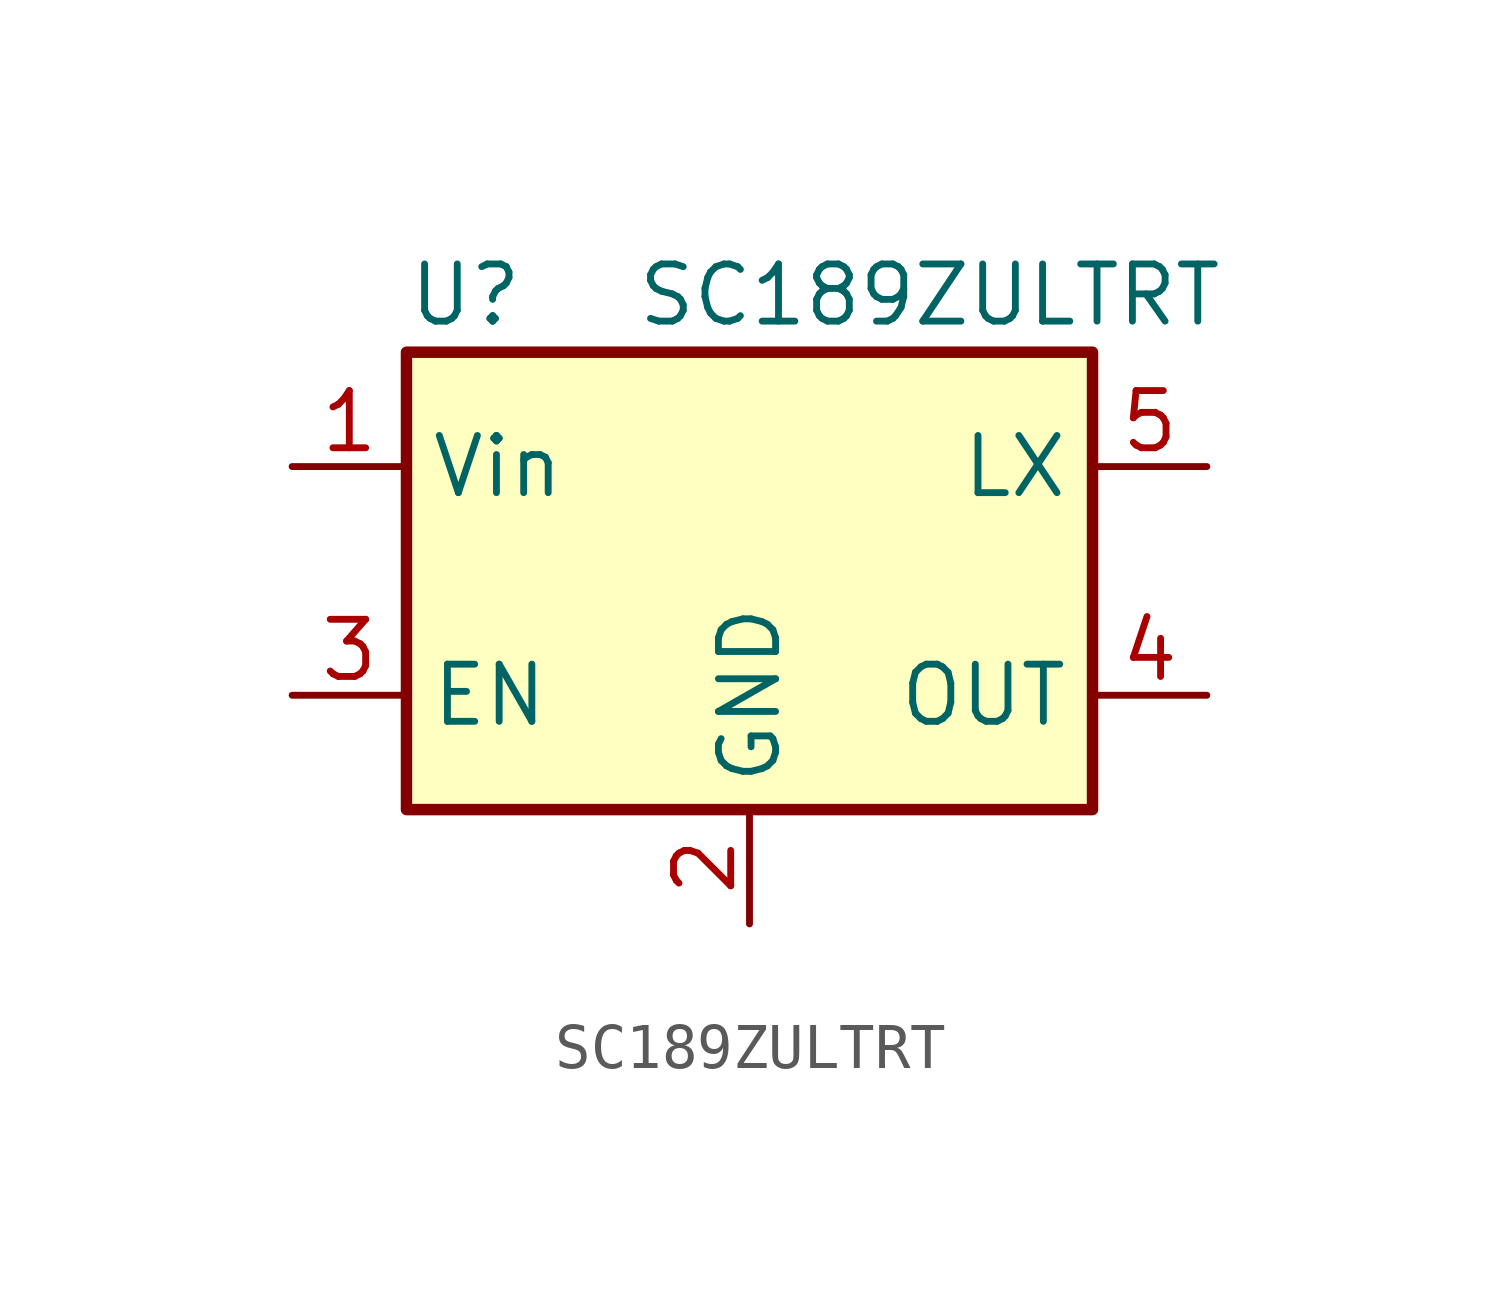
<source format=kicad_sym>
(kicad_symbol_lib
  (version 20231120)
  (generator "kicad_symbol_editor")
  (generator_version "8.0")
  (symbol "SC189ZULTRT"
    (property "Reference" "U"
      (at -7.62 6.35 0)
      (effects (font (size 1.27 1.27)) (justify left)))
    (property "Value" "SC189ZULTRT"
      (at -2.54 6.35 0)
      (effects (font (size 1.27 1.27)) (justify left)))
    (symbol "SC189ZULTRT_0_1"
      (rectangle (start -7.62 5.08) (end 7.62 -5.08) (stroke (width 0.254) (type default)) (fill (type background))))
    (symbol "SC189ZULTRT_1_1"
      (pin power_in line (at -10.16 2.54 0) (length 2.54) (name "Vin" (effects (font (size 1.27 1.27)))) (number "1" (effects (font (size 1.27 1.27)))))
      (pin power_in line (at 0 -7.62 90) (length 2.54) (name "GND" (effects (font (size 1.27 1.27)))) (number "2" (effects (font (size 1.27 1.27)))))
      (pin input line (at -10.16 -2.54 0) (length 2.54) (name "EN" (effects (font (size 1.27 1.27)))) (number "3" (effects (font (size 1.27 1.27)))))
      (pin output line (at 10.16 -2.54 180) (length 2.54) (name "OUT" (effects (font (size 1.27 1.27)))) (number "4" (effects (font (size 1.27 1.27)))))
      (pin output line (at 10.16 2.54 180) (length 2.54) (name "LX" (effects (font (size 1.27 1.27)))) (number "5" (effects (font (size 1.27 1.27))))))))
</source>
